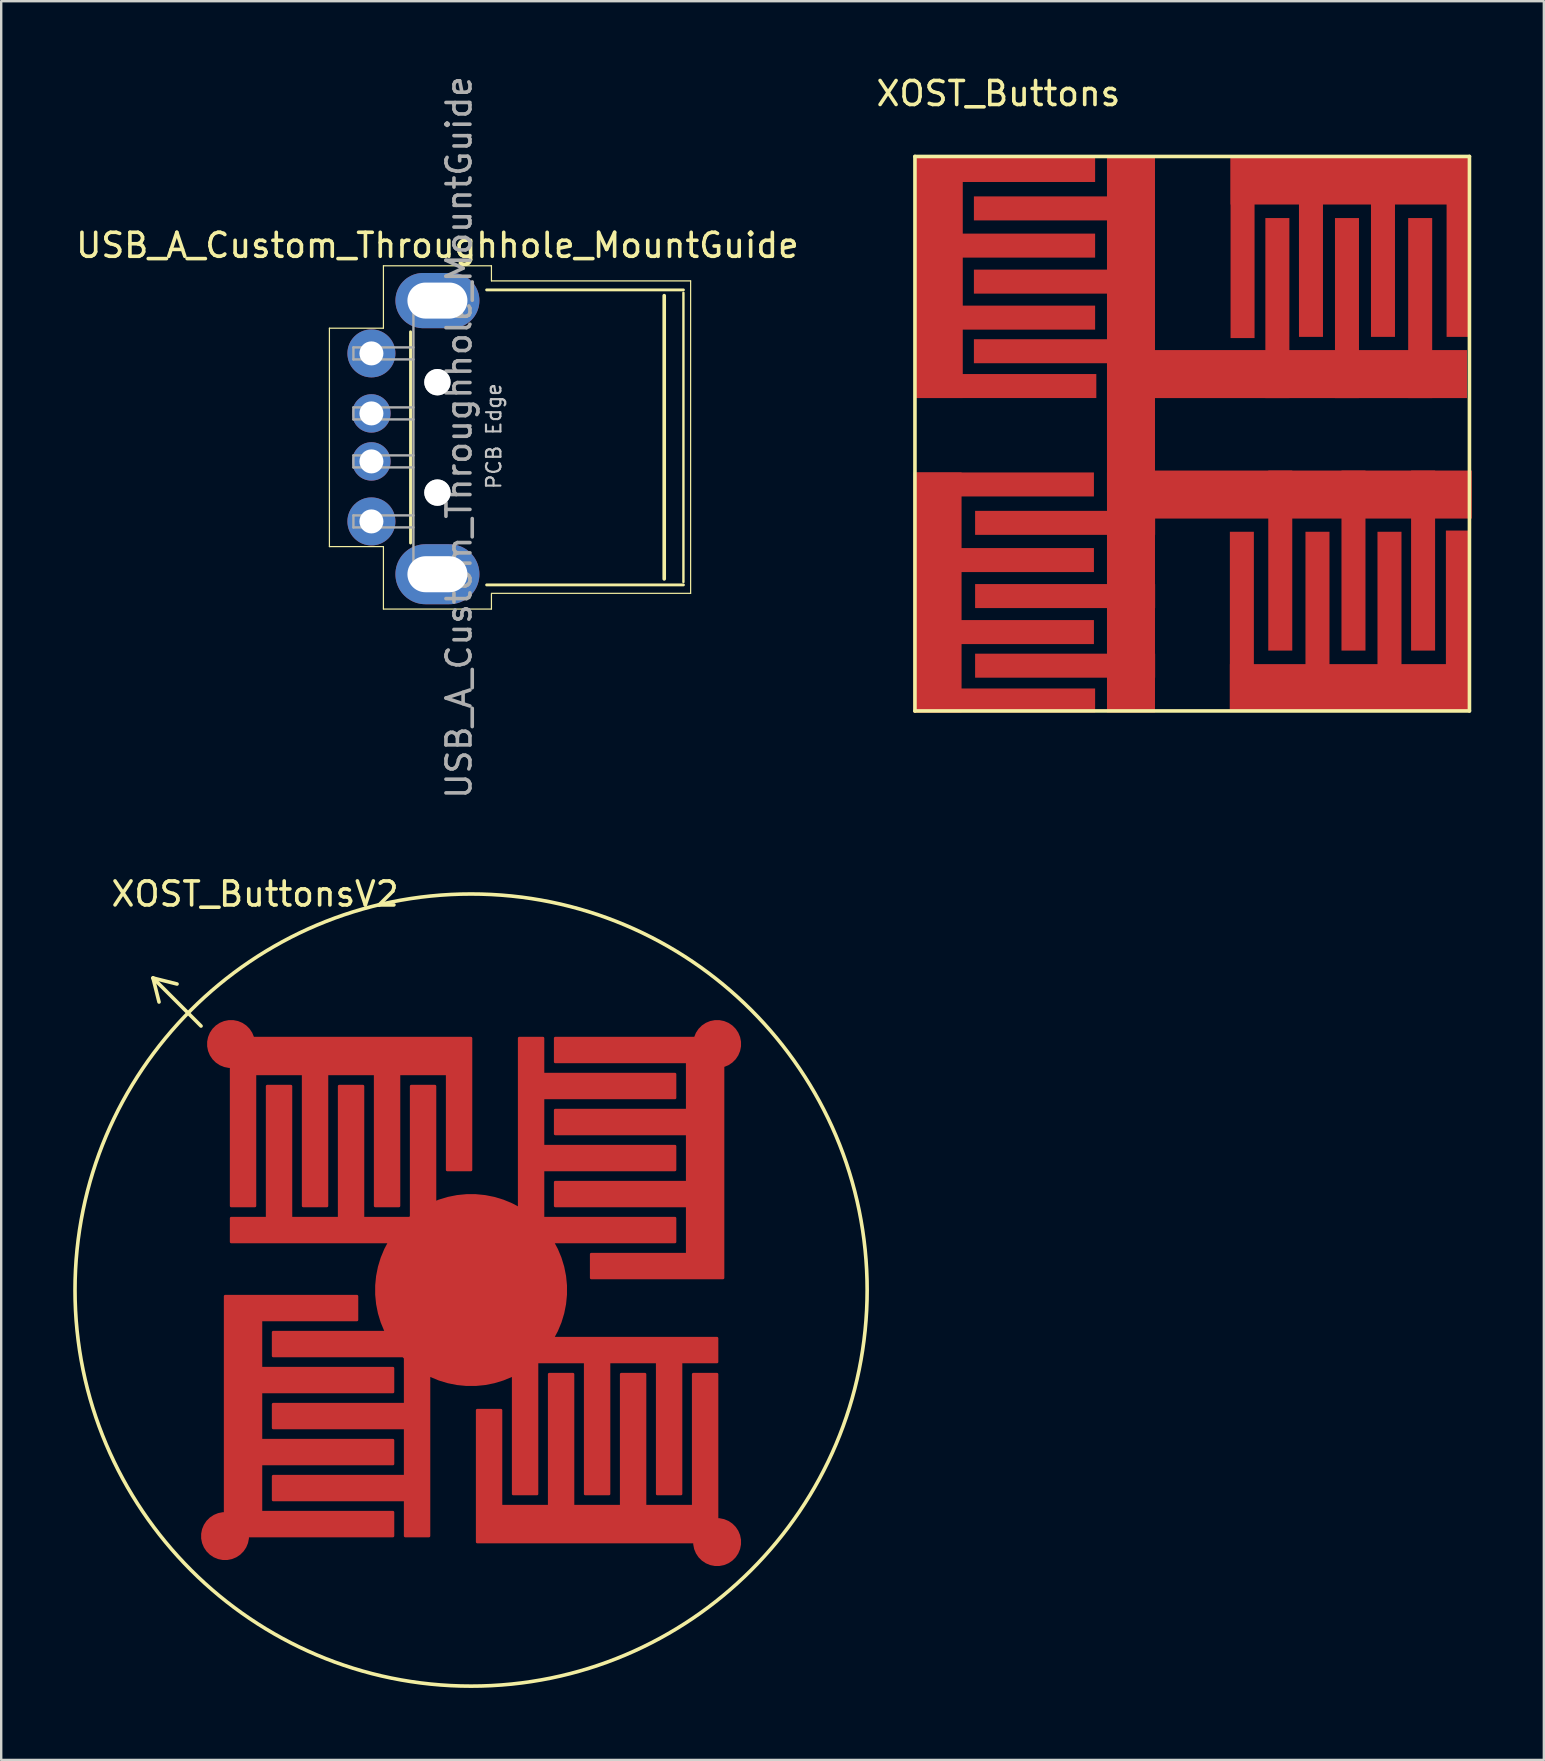
<source format=kicad_pcb>
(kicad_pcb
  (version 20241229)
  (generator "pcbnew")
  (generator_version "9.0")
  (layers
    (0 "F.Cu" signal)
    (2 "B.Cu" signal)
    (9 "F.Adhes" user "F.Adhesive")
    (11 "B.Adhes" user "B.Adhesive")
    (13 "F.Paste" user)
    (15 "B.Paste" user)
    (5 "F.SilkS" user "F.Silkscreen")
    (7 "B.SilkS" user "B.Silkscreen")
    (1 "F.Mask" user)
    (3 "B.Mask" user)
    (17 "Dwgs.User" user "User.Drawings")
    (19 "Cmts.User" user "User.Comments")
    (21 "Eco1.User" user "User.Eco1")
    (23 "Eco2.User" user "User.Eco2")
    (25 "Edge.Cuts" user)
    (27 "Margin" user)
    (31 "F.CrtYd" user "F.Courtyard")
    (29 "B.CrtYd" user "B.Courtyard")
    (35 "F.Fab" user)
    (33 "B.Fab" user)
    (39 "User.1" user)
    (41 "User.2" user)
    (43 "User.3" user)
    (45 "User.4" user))
  (footprint "XOST_Buttons"
    (layer "F.Cu")
    (at 46.566 14.968)
    (property "Reference" "XOST_Buttons" (at -8.024 -14.12 0) (layer "F.SilkS") (effects (font (size 1 1) (thickness 0.15))))
    (attr through_hole)
    (fp_line (start -11.5 -11.5) (end -11.5 11.6) (stroke (width 0.15) (type solid)) (layer "F.SilkS"))
    (fp_line (start -11.5 -11.5) (end 11.6 -11.5) (stroke (width 0.15) (type solid)) (layer "F.SilkS"))
    (fp_line (start 11.6 -11.5) (end 11.6 11.6) (stroke (width 0.15) (type solid)) (layer "F.SilkS"))
    (fp_line (start 11.6 11.6) (end -11.5 11.6) (stroke (width 0.15) (type solid)) (layer "F.SilkS"))
    (pad "1" smd rect (at -5.294 -9.336 180) (size 7.5 1) (layers "F.Cu" "F.Mask" "F.Paste"))
    (pad "1" smd rect (at -5.294 -6.286 180) (size 7.5 1) (layers "F.Cu" "F.Mask" "F.Paste"))
    (pad "1" smd rect (at -5.294 -3.386 180) (size 7.5 1) (layers "F.Cu" "F.Mask" "F.Paste"))
    (pad "1" smd rect (at -5.244 3.764 180) (size 7.5 1) (layers "F.Cu" "F.Mask" "F.Paste"))
    (pad "1" smd rect (at -5.244 6.814 180) (size 7.5 1) (layers "F.Cu" "F.Mask" "F.Paste"))
    (pad "1" smd rect (at -5.244 9.714 180) (size 7.5 1) (layers "F.Cu" "F.Mask" "F.Paste"))
    (pad "1" smd rect (at -2.5 -4.5 180) (size 2 14) (layers "F.Cu" "F.Mask" "F.Paste"))
    (pad "1" smd rect (at -2.5 6.664 180) (size 2 10) (layers "F.Cu" "F.Mask" "F.Paste"))
    (pad "1" smd rect (at 3.598 -5.184 90) (size 7.5 1) (layers "F.Cu" "F.Mask" "F.Paste"))
    (pad "1" smd rect (at 3.719 5.335 270) (size 7.5 1) (layers "F.Cu" "F.Mask" "F.Paste"))
    (pad "1" smd rect (at 4.5 -2.434 90) (size 2 14) (layers "F.Cu" "F.Mask" "F.Paste"))
    (pad "1" smd rect (at 4.7 2.585 270) (size 2 14) (layers "F.Cu" "F.Mask" "F.Paste"))
    (pad "1" smd rect (at 6.498 -5.184 90) (size 7.5 1) (layers "F.Cu" "F.Mask" "F.Paste"))
    (pad "1" smd rect (at 6.769 5.335 270) (size 7.5 1) (layers "F.Cu" "F.Mask" "F.Paste"))
    (pad "1" smd rect (at 9.548 -5.184 90) (size 7.5 1) (layers "F.Cu" "F.Mask" "F.Paste"))
    (pad "1" smd rect (at 9.669 5.335 270) (size 7.5 1) (layers "F.Cu" "F.Mask" "F.Paste"))
    (pad "2" smd rect (at -10.508 -6.436 180) (size 2 10) (layers "F.Cu" "F.Mask" "F.Paste"))
    (pad "2" smd rect (at -7.744 -10.936 180) (size 7.5 1) (layers "F.Cu" "F.Mask" "F.Paste"))
    (pad "2" smd rect (at -7.744 -7.786 180) (size 7.5 1) (layers "F.Cu" "F.Mask" "F.Paste"))
    (pad "2" smd rect (at -7.744 -4.786 180) (size 7.5 1) (layers "F.Cu" "F.Mask" "F.Paste"))
    (pad "2" smd rect (at -7.694 -1.936 180) (size 7.5 1) (layers "F.Cu" "F.Mask" "F.Paste"))
    (pad "3" smd rect (at 2.148 -7.684 90) (size 7.5 1) (layers "F.Cu" "F.Mask" "F.Paste"))
    (pad "3" smd rect (at 4.998 -7.734 90) (size 7.5 1) (layers "F.Cu" "F.Mask" "F.Paste"))
    (pad "3" smd rect (at 6.648 -10.498 90) (size 2 10) (layers "F.Cu" "F.Mask" "F.Paste"))
    (pad "3" smd rect (at 7.998 -7.734 90) (size 7.5 1) (layers "F.Cu" "F.Mask" "F.Paste"))
    (pad "3" smd rect (at 11.148 -7.734 90) (size 7.5 1) (layers "F.Cu" "F.Mask" "F.Paste"))
    (pad "4" smd rect (at 2.119 7.885 270) (size 7.5 1) (layers "F.Cu" "F.Mask" "F.Paste"))
    (pad "4" smd rect (at 5.269 7.885 270) (size 7.5 1) (layers "F.Cu" "F.Mask" "F.Paste"))
    (pad "4" smd rect (at 6.619 10.649 270) (size 2 10) (layers "F.Cu" "F.Mask" "F.Paste"))
    (pad "4" smd rect (at 8.269 7.885 270) (size 7.5 1) (layers "F.Cu" "F.Mask" "F.Paste"))
    (pad "4" smd rect (at 11.119 7.835 270) (size 7.5 1) (layers "F.Cu" "F.Mask" "F.Paste"))
    (pad "5" smd rect (at -10.558 6.664 180) (size 2 10) (layers "F.Cu" "F.Mask" "F.Paste"))
    (pad "5" smd rect (at -7.794 2.164 180) (size 7.5 1) (layers "F.Cu" "F.Mask" "F.Paste"))
    (pad "5" smd rect (at -7.794 5.314 180) (size 7.5 1) (layers "F.Cu" "F.Mask" "F.Paste"))
    (pad "5" smd rect (at -7.794 8.314 180) (size 7.5 1) (layers "F.Cu" "F.Mask" "F.Paste"))
    (pad "5" smd rect (at -7.744 11.164 180) (size 7.5 1) (layers "F.Cu" "F.Mask" "F.Paste")))
  (footprint "USB_A_Custom_Throughhole_MountGuide"
    (layer "F.Cu")
    (at 12.421 11.667)
    (property "Reference" "USB_A_Custom_Throughhole_MountGuide" (at 2.752 -4.495 0) (layer "F.SilkS") (effects (font (size 1 1) (thickness 0.15))))
    (attr smd)
    (fp_line (start -1.748 -1.045) (end 0.502 -1.045) (stroke (width 0.05) (type solid)) (layer "F.SilkS"))
    (fp_line (start -1.748 8.055) (end -1.748 -1.045) (stroke (width 0.05) (type solid)) (layer "F.SilkS"))
    (fp_line (start -1.748 8.055) (end 0.502 8.055) (stroke (width 0.05) (type solid)) (layer "F.SilkS"))
    (fp_line (start 0.502 -3.645) (end 0.502 -1.045) (stroke (width 0.05) (type solid)) (layer "F.SilkS"))
    (fp_line (start 0.502 -3.645) (end 5.002 -3.645) (stroke (width 0.05) (type solid)) (layer "F.SilkS"))
    (fp_line (start 0.502 8.055) (end 0.502 10.655) (stroke (width 0.05) (type solid)) (layer "F.SilkS"))
    (fp_line (start 0.502 10.655) (end 5.002 10.655) (stroke (width 0.05) (type solid)) (layer "F.SilkS"))
    (fp_line (start 1.632 -0.895) (end 1.632 7.905) (stroke (width 0.12) (type solid)) (layer "F.SilkS"))
    (fp_line (start 4.802 -2.64) (end 13 -2.64) (stroke (width 0.12) (type solid)) (layer "F.SilkS"))
    (fp_line (start 4.802 9.65) (end 13 9.65) (stroke (width 0.12) (type solid)) (layer "F.SilkS"))
    (fp_line (start 5.002 -3.015) (end 5.002 -3.645) (stroke (width 0.05) (type solid)) (layer "F.SilkS"))
    (fp_line (start 5.002 -3.015) (end 13.3 -3.015) (stroke (width 0.05) (type solid)) (layer "F.SilkS"))
    (fp_line (start 5.002 10) (end 13.3 10) (stroke (width 0.05) (type solid)) (layer "F.SilkS"))
    (fp_line (start 5.002 10.655) (end 5.002 10.025) (stroke (width 0.05) (type solid)) (layer "F.SilkS"))
    (fp_line (start 12.2 -2.4) (end 12.2 9.4) (stroke (width 0.15) (type solid)) (layer "F.SilkS"))
    (fp_line (start 13 9.53) (end 13 -2.52) (stroke (width 0.1) (type solid)) (layer "F.SilkS"))
    (fp_line (start 13.3 10) (end 13.3 -3.015) (stroke (width 0.05) (type solid)) (layer "F.SilkS"))
    (fp_line (start -0.748 -0.245) (end 1.752 -0.245) (stroke (width 0.1) (type solid)) (layer "F.Fab"))
    (fp_line (start -0.748 0.255) (end -0.748 -0.245) (stroke (width 0.1) (type solid)) (layer "F.Fab"))
    (fp_line (start -0.748 0.255) (end 1.752 0.255) (stroke (width 0.1) (type solid)) (layer "F.Fab"))
    (fp_line (start -0.748 2.255) (end 1.752 2.255) (stroke (width 0.1) (type solid)) (layer "F.Fab"))
    (fp_line (start -0.748 2.755) (end -0.748 2.255) (stroke (width 0.1) (type solid)) (layer "F.Fab"))
    (fp_line (start -0.748 2.755) (end 1.752 2.755) (stroke (width 0.1) (type solid)) (layer "F.Fab"))
    (fp_line (start -0.748 4.255) (end 1.752 4.255) (stroke (width 0.1) (type solid)) (layer "F.Fab"))
    (fp_line (start -0.748 4.755) (end -0.748 4.255) (stroke (width 0.1) (type solid)) (layer "F.Fab"))
    (fp_line (start -0.748 4.755) (end 1.752 4.755) (stroke (width 0.1) (type solid)) (layer "F.Fab"))
    (fp_line (start -0.748 6.755) (end 1.752 6.755) (stroke (width 0.1) (type solid)) (layer "F.Fab"))
    (fp_line (start -0.748 7.255) (end -0.748 6.755) (stroke (width 0.1) (type solid)) (layer "F.Fab"))
    (fp_line (start -0.748 7.255) (end 1.752 7.255) (stroke (width 0.1) (type solid)) (layer "F.Fab"))
    (fp_line (start 1.752 9.53) (end 1.752 -2.52) (stroke (width 0.1) (type solid)) (layer "F.Fab"))
    (fp_circle (center 2.752 1.205) (end 2.752 0.705) (stroke (width 0.1) (type solid)) (fill no) (layer "F.Fab"))
    (fp_circle (center 2.752 5.805) (end 2.752 6.305) (stroke (width 0.1) (type solid)) (fill no) (layer "F.Fab"))
    (fp_text user "PCB Edge" (at 5.102 3.455 270) (layer "Dwgs.User") (effects (font (size 0.6 0.6) (thickness 0.09))))
    (fp_text user "${REFERENCE}" (at 3.652 3.505 270) (layer "F.Fab") (effects (font (size 1 1) (thickness 0.15))))
    (pad "" np_thru_hole circle (at 2.752 1.205) (size 1.1 1.1) (drill 1.1) (layers "*.Cu" "*.Mask"))
    (pad "" np_thru_hole circle (at 2.752 5.805) (size 1.1 1.1) (drill 1.1) (layers "*.Cu" "*.Mask"))
    (pad "1" thru_hole circle (at 0.002 7.005) (size 2 2) (drill 1) (layers "*.Cu" "*.Mask"))
    (pad "2" thru_hole circle (at 0.002 4.505) (size 1.6 1.6) (drill 1) (layers "*.Cu" "*.Mask"))
    (pad "3" thru_hole circle (at 0.002 2.505) (size 1.6 1.6) (drill 1) (layers "*.Cu" "*.Mask"))
    (pad "4" thru_hole circle (at 0.002 0.005) (size 2 2) (drill 1) (layers "*.Cu" "*.Mask"))
    (pad "5" thru_hole oval (at 2.752 -2.195) (size 3.5 2.3) (drill oval 2.5 1.5) (layers "*.Cu" "*.Mask"))
    (pad "5" thru_hole oval (at 2.752 9.205) (size 3.5 2.5) (drill oval 2.5 1.5) (layers "*.Cu" "*.Mask")))
  (footprint "XOST_ButtonsV2"
    (layer "F.Cu")
    (at 16.575 50.693)
    (property "Reference" "XOST_ButtonsV2" (at -9 -16.5 0) (layer "F.SilkS") (effects (font (size 1 1) (thickness 0.15))))
    (attr through_hole)
    (fp_line (start -13.25 -13) (end -13 -12) (stroke (width 0.15) (type solid)) (layer "F.SilkS"))
    (fp_line (start -13.25 -13) (end -12.25 -12.75) (stroke (width 0.15) (type solid)) (layer "F.SilkS"))
    (fp_line (start -11.25 -11) (end -13.25 -13) (stroke (width 0.15) (type solid)) (layer "F.SilkS"))
    (fp_circle (center 0 0) (end 16.5 0) (stroke (width 0.15) (type solid)) (fill no) (layer "F.SilkS"))
    (pad "1" smd custom (at 0 0) (size 8 8) (layers "F.Cu" "F.Mask" "F.Paste") (options (anchor circle)) (primitives (gr_poly (pts (xy 8.75 3) (xy 8.75 8.5) (xy 7.75 8.5) (xy 7.75 3) (xy 5.75 3) (xy 5.75 8.5) (xy 4.75 8.5) (xy 4.75 3) (xy 2.75 3) (xy 2.75 8.5) (xy 1.75 8.5) (xy 1.75 2) (xy 10.25 2) (xy 10.25 3)) (width 0.1) (fill yes)) (gr_poly (pts (xy -8.5 -3) (xy -8.5 -8.5) (xy -7.5 -8.5) (xy -7.5 -3) (xy -5.5 -3) (xy -5.5 -8.5) (xy -4.5 -8.5) (xy -4.5 -3) (xy -2.5 -3) (xy -2.5 -8.5) (xy -1.5 -8.5) (xy -1.5 -2) (xy -10 -2) (xy -10 -3)) (width 0.1) (fill yes)) (gr_poly (pts (xy 3 -9) (xy 8.5 -9) (xy 8.5 -8) (xy 3 -8) (xy 3 -6) (xy 8.5 -6) (xy 8.5 -5) (xy 3 -5) (xy 3 -3) (xy 8.5 -3) (xy 8.5 -2) (xy 2 -2) (xy 2 -10.5) (xy 3 -10.5)) (width 0.1) (fill yes)) (gr_poly (pts (xy -2.75 8.75) (xy -8.25 8.75) (xy -8.25 7.75) (xy -2.75 7.75) (xy -2.75 5.75) (xy -8.25 5.75) (xy -8.25 4.75) (xy -2.75 4.75) (xy -2.75 2.75) (xy -8.25 2.75) (xy -8.25 1.75) (xy -1.75 1.75) (xy -1.75 10.25) (xy -2.75 10.25)) (width 0.1) (fill yes))))
    (pad "2" smd custom (at -10 -10.25) (size 2 2) (layers "F.Cu" "F.Mask" "F.Paste") (options (anchor circle)) (primitives (gr_poly (pts (xy 10 -0.25) (xy 10 5.25) (xy 9 5.25) (xy 9 1.25) (xy 7 1.25) (xy 7 6.75) (xy 6 6.75) (xy 6 1.25) (xy 4 1.25) (xy 4 6.75) (xy 3 6.75) (xy 3 1.25) (xy 1 1.25) (xy 1 6.75) (xy 0 6.75) (xy 0 -0.25)) (width 0.1) (fill yes))))
    (pad "3" smd custom (at 10.25 -10.25) (size 2 2) (layers "F.Cu" "F.Mask" "F.Paste") (options (anchor circle)) (primitives (gr_poly (pts (xy 0.25 9.75) (xy -5.25 9.75) (xy -5.25 8.75) (xy -1.25 8.75) (xy -1.25 6.75) (xy -6.75 6.75) (xy -6.75 5.75) (xy -1.25 5.75) (xy -1.25 3.75) (xy -6.75 3.75) (xy -6.75 2.75) (xy -1.25 2.75) (xy -1.25 0.75) (xy -6.75 0.75) (xy -6.75 -0.25) (xy 0.25 -0.25)) (width 0.1) (fill yes))))
    (pad "4" smd custom (at 10.25 10.5) (size 2 2) (layers "F.Cu" "F.Mask" "F.Paste") (options (anchor circle)) (primitives (gr_poly (pts (xy -10 0) (xy -10 -5.5) (xy -9 -5.5) (xy -9 -1.5) (xy -7 -1.5) (xy -7 -7) (xy -6 -7) (xy -6 -1.5) (xy -4 -1.5) (xy -4 -7) (xy -3 -7) (xy -3 -1.5) (xy -1 -1.5) (xy -1 -7) (xy 0 -7) (xy 0 0)) (width 0.1) (fill yes))))
    (pad "5" smd custom (at -10.25 10.25) (size 2 2) (layers "F.Cu" "F.Mask" "F.Paste") (options (anchor circle)) (primitives (gr_poly (pts (xy 0 -10) (xy 5.5 -10) (xy 5.5 -9) (xy 1.5 -9) (xy 1.5 -7) (xy 7 -7) (xy 7 -6) (xy 1.5 -6) (xy 1.5 -4) (xy 7 -4) (xy 7 -3) (xy 1.5 -3) (xy 1.5 -1) (xy 7 -1) (xy 7 0) (xy 0 0)) (width 0.1) (fill yes)))))
  (gr_rect
    (start -3 -3)
    (end 61.266 70.268)
    (stroke (width 0.1) (type default))
    (fill no)
    (layer "Edge.Cuts")))
</source>
